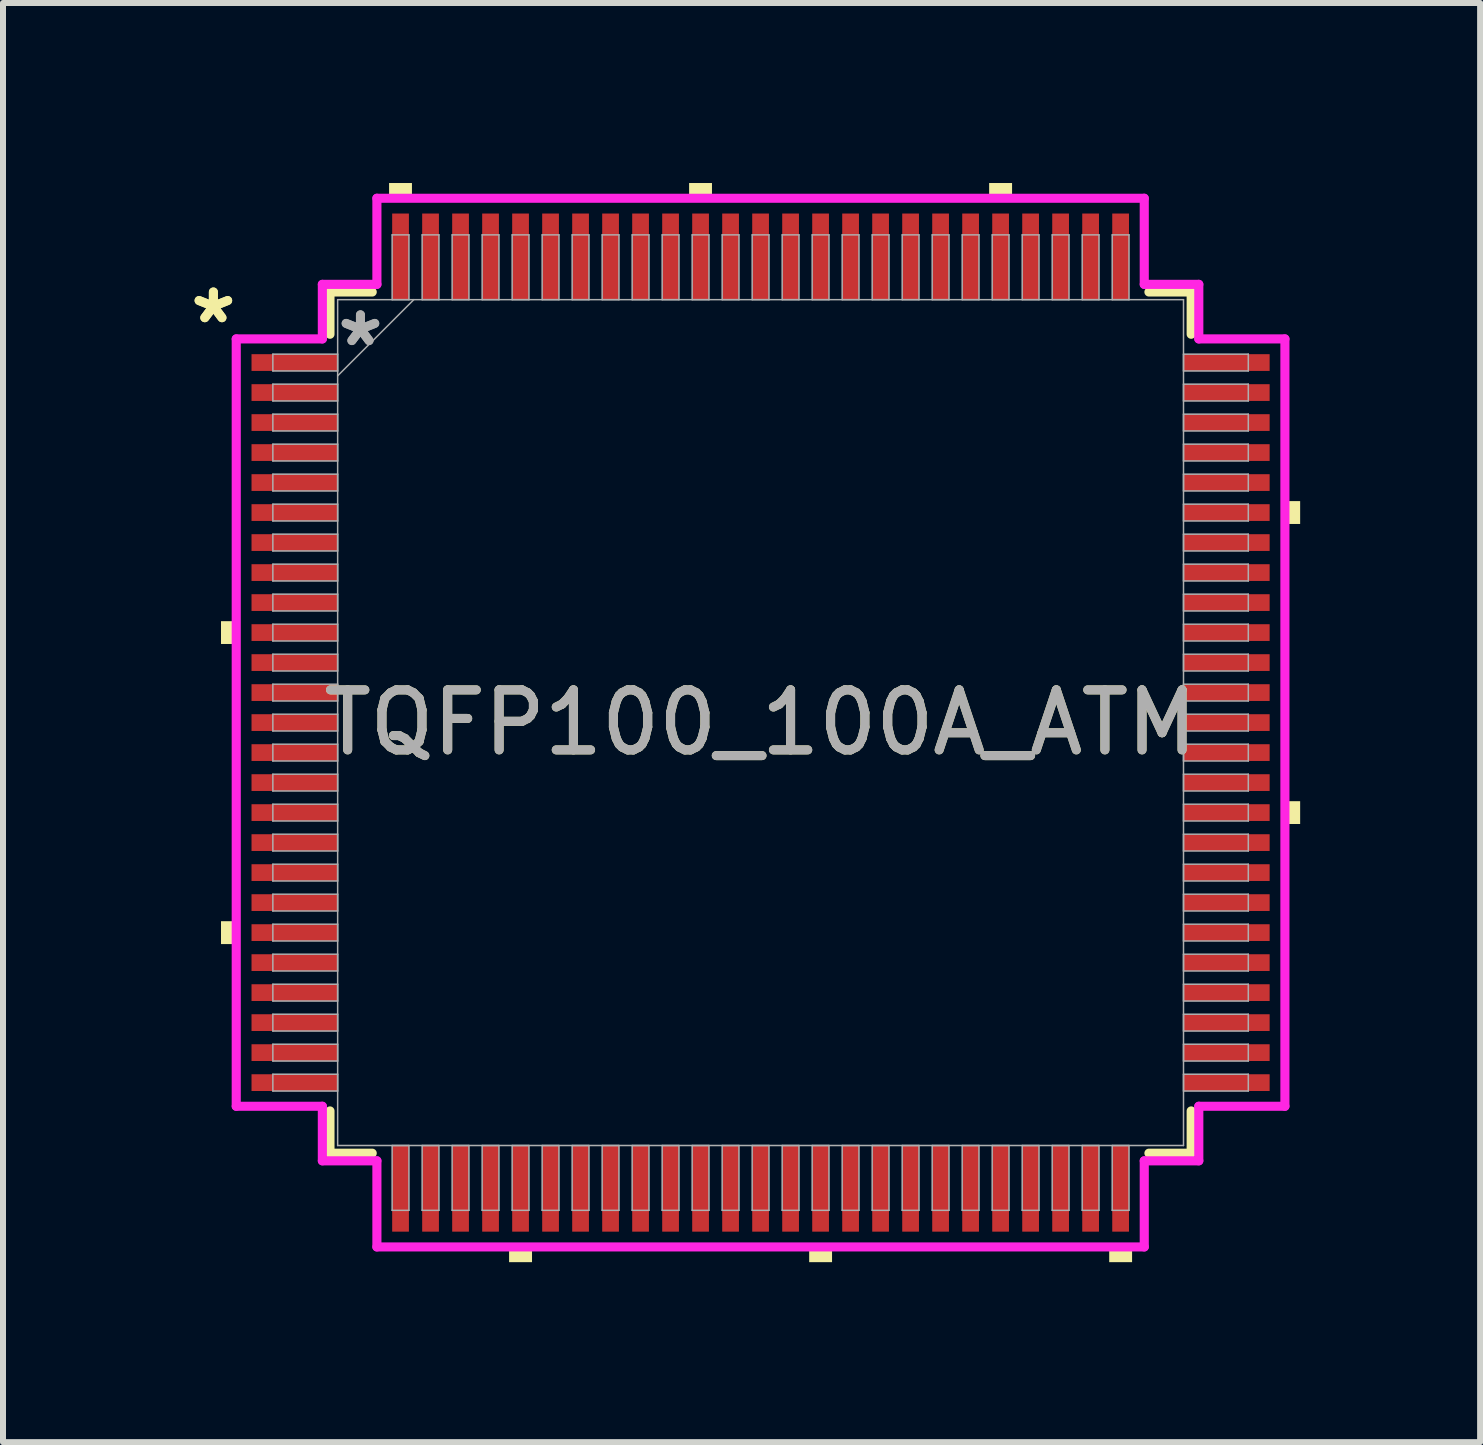
<source format=kicad_pcb>
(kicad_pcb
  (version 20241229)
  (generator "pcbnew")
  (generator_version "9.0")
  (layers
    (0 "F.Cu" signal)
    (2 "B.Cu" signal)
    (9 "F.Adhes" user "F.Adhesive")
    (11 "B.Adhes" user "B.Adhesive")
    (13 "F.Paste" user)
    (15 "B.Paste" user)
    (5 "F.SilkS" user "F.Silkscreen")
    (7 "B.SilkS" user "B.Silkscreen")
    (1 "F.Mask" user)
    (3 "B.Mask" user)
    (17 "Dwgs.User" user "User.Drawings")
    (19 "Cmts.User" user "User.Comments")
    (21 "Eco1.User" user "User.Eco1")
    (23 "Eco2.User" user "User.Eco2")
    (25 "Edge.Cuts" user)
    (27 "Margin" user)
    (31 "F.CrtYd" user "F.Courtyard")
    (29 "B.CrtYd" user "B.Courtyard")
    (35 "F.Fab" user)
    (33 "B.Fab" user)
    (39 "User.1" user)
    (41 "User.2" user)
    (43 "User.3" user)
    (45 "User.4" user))
  (footprint "TQFP100_100A_ATM"
    (layer "F.Cu")
    (at 9.625 8.992)
    (property "Reference" "TQFP100_100A_ATM" (at 0 0 0) (unlocked yes) (layer "F.SilkS") (effects (font (size 1 1) (thickness 0.15))))
    (attr smd)
    (fp_line (start -7.176 -7.176) (end -7.176 -6.472) (stroke (width 0.152) (type solid)) (layer "F.SilkS"))
    (fp_line (start -7.176 6.472) (end -7.176 7.176) (stroke (width 0.152) (type solid)) (layer "F.SilkS"))
    (fp_line (start -7.176 7.176) (end -6.472 7.176) (stroke (width 0.152) (type solid)) (layer "F.SilkS"))
    (fp_line (start -6.472 -7.176) (end -7.176 -7.176) (stroke (width 0.152) (type solid)) (layer "F.SilkS"))
    (fp_line (start 6.472 7.176) (end 7.176 7.176) (stroke (width 0.152) (type solid)) (layer "F.SilkS"))
    (fp_line (start 7.176 -7.176) (end 6.472 -7.176) (stroke (width 0.152) (type solid)) (layer "F.SilkS"))
    (fp_line (start 7.176 -6.472) (end 7.176 -7.176) (stroke (width 0.152) (type solid)) (layer "F.SilkS"))
    (fp_line (start 7.176 7.176) (end 7.176 6.472) (stroke (width 0.152) (type solid)) (layer "F.SilkS"))
    (fp_poly (pts (xy -8.992 -1.69) (xy -8.992 -1.31) (xy -8.738 -1.31) (xy -8.738 -1.69)) (stroke (width 0) (type solid)) (fill yes) (layer "F.SilkS"))
    (fp_poly (pts (xy -8.992 3.31) (xy -8.992 3.691) (xy -8.738 3.691) (xy -8.738 3.31)) (stroke (width 0) (type solid)) (fill yes) (layer "F.SilkS"))
    (fp_poly (pts (xy -6.191 -8.738) (xy -6.191 -8.992) (xy -5.81 -8.992) (xy -5.81 -8.738)) (stroke (width 0) (type solid)) (fill yes) (layer "F.SilkS"))
    (fp_poly (pts (xy -4.191 8.738) (xy -4.191 8.992) (xy -3.809 8.992) (xy -3.809 8.738)) (stroke (width 0) (type solid)) (fill yes) (layer "F.SilkS"))
    (fp_poly (pts (xy -1.191 -8.738) (xy -1.191 -8.992) (xy -0.81 -8.992) (xy -0.81 -8.738)) (stroke (width 0) (type solid)) (fill yes) (layer "F.SilkS"))
    (fp_poly (pts (xy 0.81 8.738) (xy 0.81 8.992) (xy 1.191 8.992) (xy 1.191 8.738)) (stroke (width 0) (type solid)) (fill yes) (layer "F.SilkS"))
    (fp_poly (pts (xy 3.809 -8.738) (xy 3.809 -8.992) (xy 4.191 -8.992) (xy 4.191 -8.738)) (stroke (width 0) (type solid)) (fill yes) (layer "F.SilkS"))
    (fp_poly (pts (xy 5.81 8.738) (xy 5.81 8.992) (xy 6.191 8.992) (xy 6.191 8.738)) (stroke (width 0) (type solid)) (fill yes) (layer "F.SilkS"))
    (fp_poly (pts (xy 8.992 -3.691) (xy 8.992 -3.31) (xy 8.738 -3.31) (xy 8.738 -3.691)) (stroke (width 0) (type solid)) (fill yes) (layer "F.SilkS"))
    (fp_poly (pts (xy 8.992 1.31) (xy 8.992 1.69) (xy 8.738 1.69) (xy 8.738 1.31)) (stroke (width 0) (type solid)) (fill yes) (layer "F.SilkS"))
    (fp_line (start -8.738 -6.394) (end -7.303 -6.394) (stroke (width 0.152) (type solid)) (layer "F.CrtYd"))
    (fp_line (start -8.738 6.394) (end -8.738 -6.394) (stroke (width 0.152) (type solid)) (layer "F.CrtYd"))
    (fp_line (start -7.303 -7.303) (end -6.394 -7.303) (stroke (width 0.152) (type solid)) (layer "F.CrtYd"))
    (fp_line (start -7.303 -6.394) (end -7.303 -7.303) (stroke (width 0.152) (type solid)) (layer "F.CrtYd"))
    (fp_line (start -7.303 6.394) (end -8.738 6.394) (stroke (width 0.152) (type solid)) (layer "F.CrtYd"))
    (fp_line (start -7.303 7.303) (end -7.303 6.394) (stroke (width 0.152) (type solid)) (layer "F.CrtYd"))
    (fp_line (start -7.303 7.303) (end -6.394 7.303) (stroke (width 0.152) (type solid)) (layer "F.CrtYd"))
    (fp_line (start -6.394 -8.738) (end 6.394 -8.738) (stroke (width 0.152) (type solid)) (layer "F.CrtYd"))
    (fp_line (start -6.394 -7.303) (end -6.394 -8.738) (stroke (width 0.152) (type solid)) (layer "F.CrtYd"))
    (fp_line (start -6.394 7.303) (end -6.394 8.738) (stroke (width 0.152) (type solid)) (layer "F.CrtYd"))
    (fp_line (start -6.394 8.738) (end 6.394 8.738) (stroke (width 0.152) (type solid)) (layer "F.CrtYd"))
    (fp_line (start 6.394 -8.738) (end 6.394 -7.303) (stroke (width 0.152) (type solid)) (layer "F.CrtYd"))
    (fp_line (start 6.394 -7.303) (end 7.303 -7.303) (stroke (width 0.152) (type solid)) (layer "F.CrtYd"))
    (fp_line (start 6.394 7.303) (end 7.303 7.303) (stroke (width 0.152) (type solid)) (layer "F.CrtYd"))
    (fp_line (start 6.394 8.738) (end 6.394 7.303) (stroke (width 0.152) (type solid)) (layer "F.CrtYd"))
    (fp_line (start 7.303 -6.394) (end 7.303 -7.303) (stroke (width 0.152) (type solid)) (layer "F.CrtYd"))
    (fp_line (start 7.303 6.394) (end 8.738 6.394) (stroke (width 0.152) (type solid)) (layer "F.CrtYd"))
    (fp_line (start 7.303 7.303) (end 7.303 6.394) (stroke (width 0.152) (type solid)) (layer "F.CrtYd"))
    (fp_line (start 8.738 -6.394) (end 7.303 -6.394) (stroke (width 0.152) (type solid)) (layer "F.CrtYd"))
    (fp_line (start 8.738 6.394) (end 8.738 -6.394) (stroke (width 0.152) (type solid)) (layer "F.CrtYd"))
    (fp_line (start -8.128 -6.14) (end -8.128 -5.86) (stroke (width 0.025) (type solid)) (layer "F.Fab"))
    (fp_line (start -8.128 -5.86) (end -7.048 -5.86) (stroke (width 0.025) (type solid)) (layer "F.Fab"))
    (fp_line (start -8.128 -5.64) (end -8.128 -5.36) (stroke (width 0.025) (type solid)) (layer "F.Fab"))
    (fp_line (start -8.128 -5.36) (end -7.048 -5.36) (stroke (width 0.025) (type solid)) (layer "F.Fab"))
    (fp_line (start -8.128 -5.14) (end -8.128 -4.86) (stroke (width 0.025) (type solid)) (layer "F.Fab"))
    (fp_line (start -8.128 -4.86) (end -7.048 -4.86) (stroke (width 0.025) (type solid)) (layer "F.Fab"))
    (fp_line (start -8.128 -4.64) (end -8.128 -4.36) (stroke (width 0.025) (type solid)) (layer "F.Fab"))
    (fp_line (start -8.128 -4.36) (end -7.048 -4.36) (stroke (width 0.025) (type solid)) (layer "F.Fab"))
    (fp_line (start -8.128 -4.14) (end -8.128 -3.86) (stroke (width 0.025) (type solid)) (layer "F.Fab"))
    (fp_line (start -8.128 -3.86) (end -7.048 -3.86) (stroke (width 0.025) (type solid)) (layer "F.Fab"))
    (fp_line (start -8.128 -3.64) (end -8.128 -3.36) (stroke (width 0.025) (type solid)) (layer "F.Fab"))
    (fp_line (start -8.128 -3.36) (end -7.048 -3.36) (stroke (width 0.025) (type solid)) (layer "F.Fab"))
    (fp_line (start -8.128 -3.14) (end -8.128 -2.86) (stroke (width 0.025) (type solid)) (layer "F.Fab"))
    (fp_line (start -8.128 -2.86) (end -7.048 -2.86) (stroke (width 0.025) (type solid)) (layer "F.Fab"))
    (fp_line (start -8.128 -2.64) (end -8.128 -2.36) (stroke (width 0.025) (type solid)) (layer "F.Fab"))
    (fp_line (start -8.128 -2.36) (end -7.048 -2.36) (stroke (width 0.025) (type solid)) (layer "F.Fab"))
    (fp_line (start -8.128 -2.14) (end -8.128 -1.86) (stroke (width 0.025) (type solid)) (layer "F.Fab"))
    (fp_line (start -8.128 -1.86) (end -7.048 -1.86) (stroke (width 0.025) (type solid)) (layer "F.Fab"))
    (fp_line (start -8.128 -1.64) (end -8.128 -1.36) (stroke (width 0.025) (type solid)) (layer "F.Fab"))
    (fp_line (start -8.128 -1.36) (end -7.048 -1.36) (stroke (width 0.025) (type solid)) (layer "F.Fab"))
    (fp_line (start -8.128 -1.14) (end -8.128 -0.86) (stroke (width 0.025) (type solid)) (layer "F.Fab"))
    (fp_line (start -8.128 -0.86) (end -7.048 -0.86) (stroke (width 0.025) (type solid)) (layer "F.Fab"))
    (fp_line (start -8.128 -0.64) (end -8.128 -0.36) (stroke (width 0.025) (type solid)) (layer "F.Fab"))
    (fp_line (start -8.128 -0.36) (end -7.048 -0.36) (stroke (width 0.025) (type solid)) (layer "F.Fab"))
    (fp_line (start -8.128 -0.14) (end -8.128 0.14) (stroke (width 0.025) (type solid)) (layer "F.Fab"))
    (fp_line (start -8.128 0.14) (end -7.048 0.14) (stroke (width 0.025) (type solid)) (layer "F.Fab"))
    (fp_line (start -8.128 0.36) (end -8.128 0.64) (stroke (width 0.025) (type solid)) (layer "F.Fab"))
    (fp_line (start -8.128 0.64) (end -7.048 0.64) (stroke (width 0.025) (type solid)) (layer "F.Fab"))
    (fp_line (start -8.128 0.86) (end -8.128 1.14) (stroke (width 0.025) (type solid)) (layer "F.Fab"))
    (fp_line (start -8.128 1.14) (end -7.048 1.14) (stroke (width 0.025) (type solid)) (layer "F.Fab"))
    (fp_line (start -8.128 1.36) (end -8.128 1.64) (stroke (width 0.025) (type solid)) (layer "F.Fab"))
    (fp_line (start -8.128 1.64) (end -7.048 1.64) (stroke (width 0.025) (type solid)) (layer "F.Fab"))
    (fp_line (start -8.128 1.86) (end -8.128 2.14) (stroke (width 0.025) (type solid)) (layer "F.Fab"))
    (fp_line (start -8.128 2.14) (end -7.048 2.14) (stroke (width 0.025) (type solid)) (layer "F.Fab"))
    (fp_line (start -8.128 2.36) (end -8.128 2.64) (stroke (width 0.025) (type solid)) (layer "F.Fab"))
    (fp_line (start -8.128 2.64) (end -7.048 2.64) (stroke (width 0.025) (type solid)) (layer "F.Fab"))
    (fp_line (start -8.128 2.86) (end -8.128 3.14) (stroke (width 0.025) (type solid)) (layer "F.Fab"))
    (fp_line (start -8.128 3.14) (end -7.048 3.14) (stroke (width 0.025) (type solid)) (layer "F.Fab"))
    (fp_line (start -8.128 3.36) (end -8.128 3.64) (stroke (width 0.025) (type solid)) (layer "F.Fab"))
    (fp_line (start -8.128 3.64) (end -7.048 3.64) (stroke (width 0.025) (type solid)) (layer "F.Fab"))
    (fp_line (start -8.128 3.86) (end -8.128 4.14) (stroke (width 0.025) (type solid)) (layer "F.Fab"))
    (fp_line (start -8.128 4.14) (end -7.048 4.14) (stroke (width 0.025) (type solid)) (layer "F.Fab"))
    (fp_line (start -8.128 4.36) (end -8.128 4.64) (stroke (width 0.025) (type solid)) (layer "F.Fab"))
    (fp_line (start -8.128 4.64) (end -7.048 4.64) (stroke (width 0.025) (type solid)) (layer "F.Fab"))
    (fp_line (start -8.128 4.86) (end -8.128 5.14) (stroke (width 0.025) (type solid)) (layer "F.Fab"))
    (fp_line (start -8.128 5.14) (end -7.048 5.14) (stroke (width 0.025) (type solid)) (layer "F.Fab"))
    (fp_line (start -8.128 5.36) (end -8.128 5.64) (stroke (width 0.025) (type solid)) (layer "F.Fab"))
    (fp_line (start -8.128 5.64) (end -7.048 5.64) (stroke (width 0.025) (type solid)) (layer "F.Fab"))
    (fp_line (start -8.128 5.86) (end -8.128 6.14) (stroke (width 0.025) (type solid)) (layer "F.Fab"))
    (fp_line (start -8.128 6.14) (end -7.048 6.14) (stroke (width 0.025) (type solid)) (layer "F.Fab"))
    (fp_line (start -7.048 -7.048) (end -7.048 7.048) (stroke (width 0.025) (type solid)) (layer "F.Fab"))
    (fp_line (start -7.048 -6.14) (end -8.128 -6.14) (stroke (width 0.025) (type solid)) (layer "F.Fab"))
    (fp_line (start -7.048 -5.86) (end -7.048 -6.14) (stroke (width 0.025) (type solid)) (layer "F.Fab"))
    (fp_line (start -7.048 -5.779) (end -5.779 -7.048) (stroke (width 0.025) (type solid)) (layer "F.Fab"))
    (fp_line (start -7.048 -5.64) (end -8.128 -5.64) (stroke (width 0.025) (type solid)) (layer "F.Fab"))
    (fp_line (start -7.048 -5.36) (end -7.048 -5.64) (stroke (width 0.025) (type solid)) (layer "F.Fab"))
    (fp_line (start -7.048 -5.14) (end -8.128 -5.14) (stroke (width 0.025) (type solid)) (layer "F.Fab"))
    (fp_line (start -7.048 -4.86) (end -7.048 -5.14) (stroke (width 0.025) (type solid)) (layer "F.Fab"))
    (fp_line (start -7.048 -4.64) (end -8.128 -4.64) (stroke (width 0.025) (type solid)) (layer "F.Fab"))
    (fp_line (start -7.048 -4.36) (end -7.048 -4.64) (stroke (width 0.025) (type solid)) (layer "F.Fab"))
    (fp_line (start -7.048 -4.14) (end -8.128 -4.14) (stroke (width 0.025) (type solid)) (layer "F.Fab"))
    (fp_line (start -7.048 -3.86) (end -7.048 -4.14) (stroke (width 0.025) (type solid)) (layer "F.Fab"))
    (fp_line (start -7.048 -3.64) (end -8.128 -3.64) (stroke (width 0.025) (type solid)) (layer "F.Fab"))
    (fp_line (start -7.048 -3.36) (end -7.048 -3.64) (stroke (width 0.025) (type solid)) (layer "F.Fab"))
    (fp_line (start -7.048 -3.14) (end -8.128 -3.14) (stroke (width 0.025) (type solid)) (layer "F.Fab"))
    (fp_line (start -7.048 -2.86) (end -7.048 -3.14) (stroke (width 0.025) (type solid)) (layer "F.Fab"))
    (fp_line (start -7.048 -2.64) (end -8.128 -2.64) (stroke (width 0.025) (type solid)) (layer "F.Fab"))
    (fp_line (start -7.048 -2.36) (end -7.048 -2.64) (stroke (width 0.025) (type solid)) (layer "F.Fab"))
    (fp_line (start -7.048 -2.14) (end -8.128 -2.14) (stroke (width 0.025) (type solid)) (layer "F.Fab"))
    (fp_line (start -7.048 -1.86) (end -7.048 -2.14) (stroke (width 0.025) (type solid)) (layer "F.Fab"))
    (fp_line (start -7.048 -1.64) (end -8.128 -1.64) (stroke (width 0.025) (type solid)) (layer "F.Fab"))
    (fp_line (start -7.048 -1.36) (end -7.048 -1.64) (stroke (width 0.025) (type solid)) (layer "F.Fab"))
    (fp_line (start -7.048 -1.14) (end -8.128 -1.14) (stroke (width 0.025) (type solid)) (layer "F.Fab"))
    (fp_line (start -7.048 -0.86) (end -7.048 -1.14) (stroke (width 0.025) (type solid)) (layer "F.Fab"))
    (fp_line (start -7.048 -0.64) (end -8.128 -0.64) (stroke (width 0.025) (type solid)) (layer "F.Fab"))
    (fp_line (start -7.048 -0.36) (end -7.048 -0.64) (stroke (width 0.025) (type solid)) (layer "F.Fab"))
    (fp_line (start -7.048 -0.14) (end -8.128 -0.14) (stroke (width 0.025) (type solid)) (layer "F.Fab"))
    (fp_line (start -7.048 0.14) (end -7.048 -0.14) (stroke (width 0.025) (type solid)) (layer "F.Fab"))
    (fp_line (start -7.048 0.36) (end -8.128 0.36) (stroke (width 0.025) (type solid)) (layer "F.Fab"))
    (fp_line (start -7.048 0.64) (end -7.048 0.36) (stroke (width 0.025) (type solid)) (layer "F.Fab"))
    (fp_line (start -7.048 0.86) (end -8.128 0.86) (stroke (width 0.025) (type solid)) (layer "F.Fab"))
    (fp_line (start -7.048 1.14) (end -7.048 0.86) (stroke (width 0.025) (type solid)) (layer "F.Fab"))
    (fp_line (start -7.048 1.36) (end -8.128 1.36) (stroke (width 0.025) (type solid)) (layer "F.Fab"))
    (fp_line (start -7.048 1.64) (end -7.048 1.36) (stroke (width 0.025) (type solid)) (layer "F.Fab"))
    (fp_line (start -7.048 1.86) (end -8.128 1.86) (stroke (width 0.025) (type solid)) (layer "F.Fab"))
    (fp_line (start -7.048 2.14) (end -7.048 1.86) (stroke (width 0.025) (type solid)) (layer "F.Fab"))
    (fp_line (start -7.048 2.36) (end -8.128 2.36) (stroke (width 0.025) (type solid)) (layer "F.Fab"))
    (fp_line (start -7.048 2.64) (end -7.048 2.36) (stroke (width 0.025) (type solid)) (layer "F.Fab"))
    (fp_line (start -7.048 2.86) (end -8.128 2.86) (stroke (width 0.025) (type solid)) (layer "F.Fab"))
    (fp_line (start -7.048 3.14) (end -7.048 2.86) (stroke (width 0.025) (type solid)) (layer "F.Fab"))
    (fp_line (start -7.048 3.36) (end -8.128 3.36) (stroke (width 0.025) (type solid)) (layer "F.Fab"))
    (fp_line (start -7.048 3.64) (end -7.048 3.36) (stroke (width 0.025) (type solid)) (layer "F.Fab"))
    (fp_line (start -7.048 3.86) (end -8.128 3.86) (stroke (width 0.025) (type solid)) (layer "F.Fab"))
    (fp_line (start -7.048 4.14) (end -7.048 3.86) (stroke (width 0.025) (type solid)) (layer "F.Fab"))
    (fp_line (start -7.048 4.36) (end -8.128 4.36) (stroke (width 0.025) (type solid)) (layer "F.Fab"))
    (fp_line (start -7.048 4.64) (end -7.048 4.36) (stroke (width 0.025) (type solid)) (layer "F.Fab"))
    (fp_line (start -7.048 4.86) (end -8.128 4.86) (stroke (width 0.025) (type solid)) (layer "F.Fab"))
    (fp_line (start -7.048 5.14) (end -7.048 4.86) (stroke (width 0.025) (type solid)) (layer "F.Fab"))
    (fp_line (start -7.048 5.36) (end -8.128 5.36) (stroke (width 0.025) (type solid)) (layer "F.Fab"))
    (fp_line (start -7.048 5.64) (end -7.048 5.36) (stroke (width 0.025) (type solid)) (layer "F.Fab"))
    (fp_line (start -7.048 5.86) (end -8.128 5.86) (stroke (width 0.025) (type solid)) (layer "F.Fab"))
    (fp_line (start -7.048 6.14) (end -7.048 5.86) (stroke (width 0.025) (type solid)) (layer "F.Fab"))
    (fp_line (start -7.048 7.048) (end 7.048 7.048) (stroke (width 0.025) (type solid)) (layer "F.Fab"))
    (fp_line (start -6.14 -8.128) (end -6.14 -7.048) (stroke (width 0.025) (type solid)) (layer "F.Fab"))
    (fp_line (start -6.14 -7.048) (end -5.86 -7.048) (stroke (width 0.025) (type solid)) (layer "F.Fab"))
    (fp_line (start -6.14 7.048) (end -6.14 8.128) (stroke (width 0.025) (type solid)) (layer "F.Fab"))
    (fp_line (start -6.14 8.128) (end -5.86 8.128) (stroke (width 0.025) (type solid)) (layer "F.Fab"))
    (fp_line (start -5.86 -8.128) (end -6.14 -8.128) (stroke (width 0.025) (type solid)) (layer "F.Fab"))
    (fp_line (start -5.86 -7.048) (end -5.86 -8.128) (stroke (width 0.025) (type solid)) (layer "F.Fab"))
    (fp_line (start -5.86 7.048) (end -6.14 7.048) (stroke (width 0.025) (type solid)) (layer "F.Fab"))
    (fp_line (start -5.86 8.128) (end -5.86 7.048) (stroke (width 0.025) (type solid)) (layer "F.Fab"))
    (fp_line (start -5.64 -8.128) (end -5.64 -7.048) (stroke (width 0.025) (type solid)) (layer "F.Fab"))
    (fp_line (start -5.64 -7.048) (end -5.36 -7.048) (stroke (width 0.025) (type solid)) (layer "F.Fab"))
    (fp_line (start -5.64 7.048) (end -5.64 8.128) (stroke (width 0.025) (type solid)) (layer "F.Fab"))
    (fp_line (start -5.64 8.128) (end -5.36 8.128) (stroke (width 0.025) (type solid)) (layer "F.Fab"))
    (fp_line (start -5.36 -8.128) (end -5.64 -8.128) (stroke (width 0.025) (type solid)) (layer "F.Fab"))
    (fp_line (start -5.36 -7.048) (end -5.36 -8.128) (stroke (width 0.025) (type solid)) (layer "F.Fab"))
    (fp_line (start -5.36 7.048) (end -5.64 7.048) (stroke (width 0.025) (type solid)) (layer "F.Fab"))
    (fp_line (start -5.36 8.128) (end -5.36 7.048) (stroke (width 0.025) (type solid)) (layer "F.Fab"))
    (fp_line (start -5.14 -8.128) (end -5.14 -7.048) (stroke (width 0.025) (type solid)) (layer "F.Fab"))
    (fp_line (start -5.14 -7.048) (end -4.86 -7.048) (stroke (width 0.025) (type solid)) (layer "F.Fab"))
    (fp_line (start -5.14 7.048) (end -5.14 8.128) (stroke (width 0.025) (type solid)) (layer "F.Fab"))
    (fp_line (start -5.14 8.128) (end -4.86 8.128) (stroke (width 0.025) (type solid)) (layer "F.Fab"))
    (fp_line (start -4.86 -8.128) (end -5.14 -8.128) (stroke (width 0.025) (type solid)) (layer "F.Fab"))
    (fp_line (start -4.86 -7.048) (end -4.86 -8.128) (stroke (width 0.025) (type solid)) (layer "F.Fab"))
    (fp_line (start -4.86 7.048) (end -5.14 7.048) (stroke (width 0.025) (type solid)) (layer "F.Fab"))
    (fp_line (start -4.86 8.128) (end -4.86 7.048) (stroke (width 0.025) (type solid)) (layer "F.Fab"))
    (fp_line (start -4.64 -8.128) (end -4.64 -7.048) (stroke (width 0.025) (type solid)) (layer "F.Fab"))
    (fp_line (start -4.64 -7.048) (end -4.36 -7.048) (stroke (width 0.025) (type solid)) (layer "F.Fab"))
    (fp_line (start -4.64 7.048) (end -4.64 8.128) (stroke (width 0.025) (type solid)) (layer "F.Fab"))
    (fp_line (start -4.64 8.128) (end -4.36 8.128) (stroke (width 0.025) (type solid)) (layer "F.Fab"))
    (fp_line (start -4.36 -8.128) (end -4.64 -8.128) (stroke (width 0.025) (type solid)) (layer "F.Fab"))
    (fp_line (start -4.36 -7.048) (end -4.36 -8.128) (stroke (width 0.025) (type solid)) (layer "F.Fab"))
    (fp_line (start -4.36 7.048) (end -4.64 7.048) (stroke (width 0.025) (type solid)) (layer "F.Fab"))
    (fp_line (start -4.36 8.128) (end -4.36 7.048) (stroke (width 0.025) (type solid)) (layer "F.Fab"))
    (fp_line (start -4.14 -8.128) (end -4.14 -7.048) (stroke (width 0.025) (type solid)) (layer "F.Fab"))
    (fp_line (start -4.14 -7.048) (end -3.86 -7.048) (stroke (width 0.025) (type solid)) (layer "F.Fab"))
    (fp_line (start -4.14 7.048) (end -4.14 8.128) (stroke (width 0.025) (type solid)) (layer "F.Fab"))
    (fp_line (start -4.14 8.128) (end -3.86 8.128) (stroke (width 0.025) (type solid)) (layer "F.Fab"))
    (fp_line (start -3.86 -8.128) (end -4.14 -8.128) (stroke (width 0.025) (type solid)) (layer "F.Fab"))
    (fp_line (start -3.86 -7.048) (end -3.86 -8.128) (stroke (width 0.025) (type solid)) (layer "F.Fab"))
    (fp_line (start -3.86 7.048) (end -4.14 7.048) (stroke (width 0.025) (type solid)) (layer "F.Fab"))
    (fp_line (start -3.86 8.128) (end -3.86 7.048) (stroke (width 0.025) (type solid)) (layer "F.Fab"))
    (fp_line (start -3.64 -8.128) (end -3.64 -7.048) (stroke (width 0.025) (type solid)) (layer "F.Fab"))
    (fp_line (start -3.64 -7.048) (end -3.36 -7.048) (stroke (width 0.025) (type solid)) (layer "F.Fab"))
    (fp_line (start -3.64 7.048) (end -3.64 8.128) (stroke (width 0.025) (type solid)) (layer "F.Fab"))
    (fp_line (start -3.64 8.128) (end -3.36 8.128) (stroke (width 0.025) (type solid)) (layer "F.Fab"))
    (fp_line (start -3.36 -8.128) (end -3.64 -8.128) (stroke (width 0.025) (type solid)) (layer "F.Fab"))
    (fp_line (start -3.36 -7.048) (end -3.36 -8.128) (stroke (width 0.025) (type solid)) (layer "F.Fab"))
    (fp_line (start -3.36 7.048) (end -3.64 7.048) (stroke (width 0.025) (type solid)) (layer "F.Fab"))
    (fp_line (start -3.36 8.128) (end -3.36 7.048) (stroke (width 0.025) (type solid)) (layer "F.Fab"))
    (fp_line (start -3.14 -8.128) (end -3.14 -7.048) (stroke (width 0.025) (type solid)) (layer "F.Fab"))
    (fp_line (start -3.14 -7.048) (end -2.86 -7.048) (stroke (width 0.025) (type solid)) (layer "F.Fab"))
    (fp_line (start -3.14 7.048) (end -3.14 8.128) (stroke (width 0.025) (type solid)) (layer "F.Fab"))
    (fp_line (start -3.14 8.128) (end -2.86 8.128) (stroke (width 0.025) (type solid)) (layer "F.Fab"))
    (fp_line (start -2.86 -8.128) (end -3.14 -8.128) (stroke (width 0.025) (type solid)) (layer "F.Fab"))
    (fp_line (start -2.86 -7.048) (end -2.86 -8.128) (stroke (width 0.025) (type solid)) (layer "F.Fab"))
    (fp_line (start -2.86 7.048) (end -3.14 7.048) (stroke (width 0.025) (type solid)) (layer "F.Fab"))
    (fp_line (start -2.86 8.128) (end -2.86 7.048) (stroke (width 0.025) (type solid)) (layer "F.Fab"))
    (fp_line (start -2.64 -8.128) (end -2.64 -7.048) (stroke (width 0.025) (type solid)) (layer "F.Fab"))
    (fp_line (start -2.64 -7.048) (end -2.36 -7.048) (stroke (width 0.025) (type solid)) (layer "F.Fab"))
    (fp_line (start -2.64 7.048) (end -2.64 8.128) (stroke (width 0.025) (type solid)) (layer "F.Fab"))
    (fp_line (start -2.64 8.128) (end -2.36 8.128) (stroke (width 0.025) (type solid)) (layer "F.Fab"))
    (fp_line (start -2.36 -8.128) (end -2.64 -8.128) (stroke (width 0.025) (type solid)) (layer "F.Fab"))
    (fp_line (start -2.36 -7.048) (end -2.36 -8.128) (stroke (width 0.025) (type solid)) (layer "F.Fab"))
    (fp_line (start -2.36 7.048) (end -2.64 7.048) (stroke (width 0.025) (type solid)) (layer "F.Fab"))
    (fp_line (start -2.36 8.128) (end -2.36 7.048) (stroke (width 0.025) (type solid)) (layer "F.Fab"))
    (fp_line (start -2.14 -8.128) (end -2.14 -7.048) (stroke (width 0.025) (type solid)) (layer "F.Fab"))
    (fp_line (start -2.14 -7.048) (end -1.86 -7.048) (stroke (width 0.025) (type solid)) (layer "F.Fab"))
    (fp_line (start -2.14 7.048) (end -2.14 8.128) (stroke (width 0.025) (type solid)) (layer "F.Fab"))
    (fp_line (start -2.14 8.128) (end -1.86 8.128) (stroke (width 0.025) (type solid)) (layer "F.Fab"))
    (fp_line (start -1.86 -8.128) (end -2.14 -8.128) (stroke (width 0.025) (type solid)) (layer "F.Fab"))
    (fp_line (start -1.86 -7.048) (end -1.86 -8.128) (stroke (width 0.025) (type solid)) (layer "F.Fab"))
    (fp_line (start -1.86 7.048) (end -2.14 7.048) (stroke (width 0.025) (type solid)) (layer "F.Fab"))
    (fp_line (start -1.86 8.128) (end -1.86 7.048) (stroke (width 0.025) (type solid)) (layer "F.Fab"))
    (fp_line (start -1.64 -8.128) (end -1.64 -7.048) (stroke (width 0.025) (type solid)) (layer "F.Fab"))
    (fp_line (start -1.64 -7.048) (end -1.36 -7.048) (stroke (width 0.025) (type solid)) (layer "F.Fab"))
    (fp_line (start -1.64 7.048) (end -1.64 8.128) (stroke (width 0.025) (type solid)) (layer "F.Fab"))
    (fp_line (start -1.64 8.128) (end -1.36 8.128) (stroke (width 0.025) (type solid)) (layer "F.Fab"))
    (fp_line (start -1.36 -8.128) (end -1.64 -8.128) (stroke (width 0.025) (type solid)) (layer "F.Fab"))
    (fp_line (start -1.36 -7.048) (end -1.36 -8.128) (stroke (width 0.025) (type solid)) (layer "F.Fab"))
    (fp_line (start -1.36 7.048) (end -1.64 7.048) (stroke (width 0.025) (type solid)) (layer "F.Fab"))
    (fp_line (start -1.36 8.128) (end -1.36 7.048) (stroke (width 0.025) (type solid)) (layer "F.Fab"))
    (fp_line (start -1.14 -8.128) (end -1.14 -7.048) (stroke (width 0.025) (type solid)) (layer "F.Fab"))
    (fp_line (start -1.14 -7.048) (end -0.86 -7.048) (stroke (width 0.025) (type solid)) (layer "F.Fab"))
    (fp_line (start -1.14 7.048) (end -1.14 8.128) (stroke (width 0.025) (type solid)) (layer "F.Fab"))
    (fp_line (start -1.14 8.128) (end -0.86 8.128) (stroke (width 0.025) (type solid)) (layer "F.Fab"))
    (fp_line (start -0.86 -8.128) (end -1.14 -8.128) (stroke (width 0.025) (type solid)) (layer "F.Fab"))
    (fp_line (start -0.86 -7.048) (end -0.86 -8.128) (stroke (width 0.025) (type solid)) (layer "F.Fab"))
    (fp_line (start -0.86 7.048) (end -1.14 7.048) (stroke (width 0.025) (type solid)) (layer "F.Fab"))
    (fp_line (start -0.86 8.128) (end -0.86 7.048) (stroke (width 0.025) (type solid)) (layer "F.Fab"))
    (fp_line (start -0.64 -8.128) (end -0.64 -7.048) (stroke (width 0.025) (type solid)) (layer "F.Fab"))
    (fp_line (start -0.64 -7.048) (end -0.36 -7.048) (stroke (width 0.025) (type solid)) (layer "F.Fab"))
    (fp_line (start -0.64 7.048) (end -0.64 8.128) (stroke (width 0.025) (type solid)) (layer "F.Fab"))
    (fp_line (start -0.64 8.128) (end -0.36 8.128) (stroke (width 0.025) (type solid)) (layer "F.Fab"))
    (fp_line (start -0.36 -8.128) (end -0.64 -8.128) (stroke (width 0.025) (type solid)) (layer "F.Fab"))
    (fp_line (start -0.36 -7.048) (end -0.36 -8.128) (stroke (width 0.025) (type solid)) (layer "F.Fab"))
    (fp_line (start -0.36 7.048) (end -0.64 7.048) (stroke (width 0.025) (type solid)) (layer "F.Fab"))
    (fp_line (start -0.36 8.128) (end -0.36 7.048) (stroke (width 0.025) (type solid)) (layer "F.Fab"))
    (fp_line (start -0.14 -8.128) (end -0.14 -7.048) (stroke (width 0.025) (type solid)) (layer "F.Fab"))
    (fp_line (start -0.14 -7.048) (end 0.14 -7.048) (stroke (width 0.025) (type solid)) (layer "F.Fab"))
    (fp_line (start -0.14 7.048) (end -0.14 8.128) (stroke (width 0.025) (type solid)) (layer "F.Fab"))
    (fp_line (start -0.14 8.128) (end 0.14 8.128) (stroke (width 0.025) (type solid)) (layer "F.Fab"))
    (fp_line (start 0.14 -8.128) (end -0.14 -8.128) (stroke (width 0.025) (type solid)) (layer "F.Fab"))
    (fp_line (start 0.14 -7.048) (end 0.14 -8.128) (stroke (width 0.025) (type solid)) (layer "F.Fab"))
    (fp_line (start 0.14 7.048) (end -0.14 7.048) (stroke (width 0.025) (type solid)) (layer "F.Fab"))
    (fp_line (start 0.14 8.128) (end 0.14 7.048) (stroke (width 0.025) (type solid)) (layer "F.Fab"))
    (fp_line (start 0.36 -8.128) (end 0.36 -7.048) (stroke (width 0.025) (type solid)) (layer "F.Fab"))
    (fp_line (start 0.36 -7.048) (end 0.64 -7.048) (stroke (width 0.025) (type solid)) (layer "F.Fab"))
    (fp_line (start 0.36 7.048) (end 0.36 8.128) (stroke (width 0.025) (type solid)) (layer "F.Fab"))
    (fp_line (start 0.36 8.128) (end 0.64 8.128) (stroke (width 0.025) (type solid)) (layer "F.Fab"))
    (fp_line (start 0.64 -8.128) (end 0.36 -8.128) (stroke (width 0.025) (type solid)) (layer "F.Fab"))
    (fp_line (start 0.64 -7.048) (end 0.64 -8.128) (stroke (width 0.025) (type solid)) (layer "F.Fab"))
    (fp_line (start 0.64 7.048) (end 0.36 7.048) (stroke (width 0.025) (type solid)) (layer "F.Fab"))
    (fp_line (start 0.64 8.128) (end 0.64 7.048) (stroke (width 0.025) (type solid)) (layer "F.Fab"))
    (fp_line (start 0.86 -8.128) (end 0.86 -7.048) (stroke (width 0.025) (type solid)) (layer "F.Fab"))
    (fp_line (start 0.86 -7.048) (end 1.14 -7.048) (stroke (width 0.025) (type solid)) (layer "F.Fab"))
    (fp_line (start 0.86 7.048) (end 0.86 8.128) (stroke (width 0.025) (type solid)) (layer "F.Fab"))
    (fp_line (start 0.86 8.128) (end 1.14 8.128) (stroke (width 0.025) (type solid)) (layer "F.Fab"))
    (fp_line (start 1.14 -8.128) (end 0.86 -8.128) (stroke (width 0.025) (type solid)) (layer "F.Fab"))
    (fp_line (start 1.14 -7.048) (end 1.14 -8.128) (stroke (width 0.025) (type solid)) (layer "F.Fab"))
    (fp_line (start 1.14 7.048) (end 0.86 7.048) (stroke (width 0.025) (type solid)) (layer "F.Fab"))
    (fp_line (start 1.14 8.128) (end 1.14 7.048) (stroke (width 0.025) (type solid)) (layer "F.Fab"))
    (fp_line (start 1.36 -8.128) (end 1.36 -7.048) (stroke (width 0.025) (type solid)) (layer "F.Fab"))
    (fp_line (start 1.36 -7.048) (end 1.64 -7.048) (stroke (width 0.025) (type solid)) (layer "F.Fab"))
    (fp_line (start 1.36 7.048) (end 1.36 8.128) (stroke (width 0.025) (type solid)) (layer "F.Fab"))
    (fp_line (start 1.36 8.128) (end 1.64 8.128) (stroke (width 0.025) (type solid)) (layer "F.Fab"))
    (fp_line (start 1.64 -8.128) (end 1.36 -8.128) (stroke (width 0.025) (type solid)) (layer "F.Fab"))
    (fp_line (start 1.64 -7.048) (end 1.64 -8.128) (stroke (width 0.025) (type solid)) (layer "F.Fab"))
    (fp_line (start 1.64 7.048) (end 1.36 7.048) (stroke (width 0.025) (type solid)) (layer "F.Fab"))
    (fp_line (start 1.64 8.128) (end 1.64 7.048) (stroke (width 0.025) (type solid)) (layer "F.Fab"))
    (fp_line (start 1.86 -8.128) (end 1.86 -7.048) (stroke (width 0.025) (type solid)) (layer "F.Fab"))
    (fp_line (start 1.86 -7.048) (end 2.14 -7.048) (stroke (width 0.025) (type solid)) (layer "F.Fab"))
    (fp_line (start 1.86 7.048) (end 1.86 8.128) (stroke (width 0.025) (type solid)) (layer "F.Fab"))
    (fp_line (start 1.86 8.128) (end 2.14 8.128) (stroke (width 0.025) (type solid)) (layer "F.Fab"))
    (fp_line (start 2.14 -8.128) (end 1.86 -8.128) (stroke (width 0.025) (type solid)) (layer "F.Fab"))
    (fp_line (start 2.14 -7.048) (end 2.14 -8.128) (stroke (width 0.025) (type solid)) (layer "F.Fab"))
    (fp_line (start 2.14 7.048) (end 1.86 7.048) (stroke (width 0.025) (type solid)) (layer "F.Fab"))
    (fp_line (start 2.14 8.128) (end 2.14 7.048) (stroke (width 0.025) (type solid)) (layer "F.Fab"))
    (fp_line (start 2.36 -8.128) (end 2.36 -7.048) (stroke (width 0.025) (type solid)) (layer "F.Fab"))
    (fp_line (start 2.36 -7.048) (end 2.64 -7.048) (stroke (width 0.025) (type solid)) (layer "F.Fab"))
    (fp_line (start 2.36 7.048) (end 2.36 8.128) (stroke (width 0.025) (type solid)) (layer "F.Fab"))
    (fp_line (start 2.36 8.128) (end 2.64 8.128) (stroke (width 0.025) (type solid)) (layer "F.Fab"))
    (fp_line (start 2.64 -8.128) (end 2.36 -8.128) (stroke (width 0.025) (type solid)) (layer "F.Fab"))
    (fp_line (start 2.64 -7.048) (end 2.64 -8.128) (stroke (width 0.025) (type solid)) (layer "F.Fab"))
    (fp_line (start 2.64 7.048) (end 2.36 7.048) (stroke (width 0.025) (type solid)) (layer "F.Fab"))
    (fp_line (start 2.64 8.128) (end 2.64 7.048) (stroke (width 0.025) (type solid)) (layer "F.Fab"))
    (fp_line (start 2.86 -8.128) (end 2.86 -7.048) (stroke (width 0.025) (type solid)) (layer "F.Fab"))
    (fp_line (start 2.86 -7.048) (end 3.14 -7.048) (stroke (width 0.025) (type solid)) (layer "F.Fab"))
    (fp_line (start 2.86 7.048) (end 2.86 8.128) (stroke (width 0.025) (type solid)) (layer "F.Fab"))
    (fp_line (start 2.86 8.128) (end 3.14 8.128) (stroke (width 0.025) (type solid)) (layer "F.Fab"))
    (fp_line (start 3.14 -8.128) (end 2.86 -8.128) (stroke (width 0.025) (type solid)) (layer "F.Fab"))
    (fp_line (start 3.14 -7.048) (end 3.14 -8.128) (stroke (width 0.025) (type solid)) (layer "F.Fab"))
    (fp_line (start 3.14 7.048) (end 2.86 7.048) (stroke (width 0.025) (type solid)) (layer "F.Fab"))
    (fp_line (start 3.14 8.128) (end 3.14 7.048) (stroke (width 0.025) (type solid)) (layer "F.Fab"))
    (fp_line (start 3.36 -8.128) (end 3.36 -7.048) (stroke (width 0.025) (type solid)) (layer "F.Fab"))
    (fp_line (start 3.36 -7.048) (end 3.64 -7.048) (stroke (width 0.025) (type solid)) (layer "F.Fab"))
    (fp_line (start 3.36 7.048) (end 3.36 8.128) (stroke (width 0.025) (type solid)) (layer "F.Fab"))
    (fp_line (start 3.36 8.128) (end 3.64 8.128) (stroke (width 0.025) (type solid)) (layer "F.Fab"))
    (fp_line (start 3.64 -8.128) (end 3.36 -8.128) (stroke (width 0.025) (type solid)) (layer "F.Fab"))
    (fp_line (start 3.64 -7.048) (end 3.64 -8.128) (stroke (width 0.025) (type solid)) (layer "F.Fab"))
    (fp_line (start 3.64 7.048) (end 3.36 7.048) (stroke (width 0.025) (type solid)) (layer "F.Fab"))
    (fp_line (start 3.64 8.128) (end 3.64 7.048) (stroke (width 0.025) (type solid)) (layer "F.Fab"))
    (fp_line (start 3.86 -8.128) (end 3.86 -7.048) (stroke (width 0.025) (type solid)) (layer "F.Fab"))
    (fp_line (start 3.86 -7.048) (end 4.14 -7.048) (stroke (width 0.025) (type solid)) (layer "F.Fab"))
    (fp_line (start 3.86 7.048) (end 3.86 8.128) (stroke (width 0.025) (type solid)) (layer "F.Fab"))
    (fp_line (start 3.86 8.128) (end 4.14 8.128) (stroke (width 0.025) (type solid)) (layer "F.Fab"))
    (fp_line (start 4.14 -8.128) (end 3.86 -8.128) (stroke (width 0.025) (type solid)) (layer "F.Fab"))
    (fp_line (start 4.14 -7.048) (end 4.14 -8.128) (stroke (width 0.025) (type solid)) (layer "F.Fab"))
    (fp_line (start 4.14 7.048) (end 3.86 7.048) (stroke (width 0.025) (type solid)) (layer "F.Fab"))
    (fp_line (start 4.14 8.128) (end 4.14 7.048) (stroke (width 0.025) (type solid)) (layer "F.Fab"))
    (fp_line (start 4.36 -8.128) (end 4.36 -7.048) (stroke (width 0.025) (type solid)) (layer "F.Fab"))
    (fp_line (start 4.36 -7.048) (end 4.64 -7.048) (stroke (width 0.025) (type solid)) (layer "F.Fab"))
    (fp_line (start 4.36 7.048) (end 4.36 8.128) (stroke (width 0.025) (type solid)) (layer "F.Fab"))
    (fp_line (start 4.36 8.128) (end 4.64 8.128) (stroke (width 0.025) (type solid)) (layer "F.Fab"))
    (fp_line (start 4.64 -8.128) (end 4.36 -8.128) (stroke (width 0.025) (type solid)) (layer "F.Fab"))
    (fp_line (start 4.64 -7.048) (end 4.64 -8.128) (stroke (width 0.025) (type solid)) (layer "F.Fab"))
    (fp_line (start 4.64 7.048) (end 4.36 7.048) (stroke (width 0.025) (type solid)) (layer "F.Fab"))
    (fp_line (start 4.64 8.128) (end 4.64 7.048) (stroke (width 0.025) (type solid)) (layer "F.Fab"))
    (fp_line (start 4.86 -8.128) (end 4.86 -7.048) (stroke (width 0.025) (type solid)) (layer "F.Fab"))
    (fp_line (start 4.86 -7.048) (end 5.14 -7.048) (stroke (width 0.025) (type solid)) (layer "F.Fab"))
    (fp_line (start 4.86 7.048) (end 4.86 8.128) (stroke (width 0.025) (type solid)) (layer "F.Fab"))
    (fp_line (start 4.86 8.128) (end 5.14 8.128) (stroke (width 0.025) (type solid)) (layer "F.Fab"))
    (fp_line (start 5.14 -8.128) (end 4.86 -8.128) (stroke (width 0.025) (type solid)) (layer "F.Fab"))
    (fp_line (start 5.14 -7.048) (end 5.14 -8.128) (stroke (width 0.025) (type solid)) (layer "F.Fab"))
    (fp_line (start 5.14 7.048) (end 4.86 7.048) (stroke (width 0.025) (type solid)) (layer "F.Fab"))
    (fp_line (start 5.14 8.128) (end 5.14 7.048) (stroke (width 0.025) (type solid)) (layer "F.Fab"))
    (fp_line (start 5.36 -8.128) (end 5.36 -7.048) (stroke (width 0.025) (type solid)) (layer "F.Fab"))
    (fp_line (start 5.36 -7.048) (end 5.64 -7.048) (stroke (width 0.025) (type solid)) (layer "F.Fab"))
    (fp_line (start 5.36 7.048) (end 5.36 8.128) (stroke (width 0.025) (type solid)) (layer "F.Fab"))
    (fp_line (start 5.36 8.128) (end 5.64 8.128) (stroke (width 0.025) (type solid)) (layer "F.Fab"))
    (fp_line (start 5.64 -8.128) (end 5.36 -8.128) (stroke (width 0.025) (type solid)) (layer "F.Fab"))
    (fp_line (start 5.64 -7.048) (end 5.64 -8.128) (stroke (width 0.025) (type solid)) (layer "F.Fab"))
    (fp_line (start 5.64 7.048) (end 5.36 7.048) (stroke (width 0.025) (type solid)) (layer "F.Fab"))
    (fp_line (start 5.64 8.128) (end 5.64 7.048) (stroke (width 0.025) (type solid)) (layer "F.Fab"))
    (fp_line (start 5.86 -8.128) (end 5.86 -7.048) (stroke (width 0.025) (type solid)) (layer "F.Fab"))
    (fp_line (start 5.86 -7.048) (end 6.14 -7.048) (stroke (width 0.025) (type solid)) (layer "F.Fab"))
    (fp_line (start 5.86 7.048) (end 5.86 8.128) (stroke (width 0.025) (type solid)) (layer "F.Fab"))
    (fp_line (start 5.86 8.128) (end 6.14 8.128) (stroke (width 0.025) (type solid)) (layer "F.Fab"))
    (fp_line (start 6.14 -8.128) (end 5.86 -8.128) (stroke (width 0.025) (type solid)) (layer "F.Fab"))
    (fp_line (start 6.14 -7.048) (end 6.14 -8.128) (stroke (width 0.025) (type solid)) (layer "F.Fab"))
    (fp_line (start 6.14 7.048) (end 5.86 7.048) (stroke (width 0.025) (type solid)) (layer "F.Fab"))
    (fp_line (start 6.14 8.128) (end 6.14 7.048) (stroke (width 0.025) (type solid)) (layer "F.Fab"))
    (fp_line (start 7.048 -7.048) (end -7.048 -7.048) (stroke (width 0.025) (type solid)) (layer "F.Fab"))
    (fp_line (start 7.048 -6.14) (end 7.048 -5.86) (stroke (width 0.025) (type solid)) (layer "F.Fab"))
    (fp_line (start 7.048 -5.86) (end 8.128 -5.86) (stroke (width 0.025) (type solid)) (layer "F.Fab"))
    (fp_line (start 7.048 -5.64) (end 7.048 -5.36) (stroke (width 0.025) (type solid)) (layer "F.Fab"))
    (fp_line (start 7.048 -5.36) (end 8.128 -5.36) (stroke (width 0.025) (type solid)) (layer "F.Fab"))
    (fp_line (start 7.048 -5.14) (end 7.048 -4.86) (stroke (width 0.025) (type solid)) (layer "F.Fab"))
    (fp_line (start 7.048 -4.86) (end 8.128 -4.86) (stroke (width 0.025) (type solid)) (layer "F.Fab"))
    (fp_line (start 7.048 -4.64) (end 7.048 -4.36) (stroke (width 0.025) (type solid)) (layer "F.Fab"))
    (fp_line (start 7.048 -4.36) (end 8.128 -4.36) (stroke (width 0.025) (type solid)) (layer "F.Fab"))
    (fp_line (start 7.048 -4.14) (end 7.048 -3.86) (stroke (width 0.025) (type solid)) (layer "F.Fab"))
    (fp_line (start 7.048 -3.86) (end 8.128 -3.86) (stroke (width 0.025) (type solid)) (layer "F.Fab"))
    (fp_line (start 7.048 -3.64) (end 7.048 -3.36) (stroke (width 0.025) (type solid)) (layer "F.Fab"))
    (fp_line (start 7.048 -3.36) (end 8.128 -3.36) (stroke (width 0.025) (type solid)) (layer "F.Fab"))
    (fp_line (start 7.048 -3.14) (end 7.048 -2.86) (stroke (width 0.025) (type solid)) (layer "F.Fab"))
    (fp_line (start 7.048 -2.86) (end 8.128 -2.86) (stroke (width 0.025) (type solid)) (layer "F.Fab"))
    (fp_line (start 7.048 -2.64) (end 7.048 -2.36) (stroke (width 0.025) (type solid)) (layer "F.Fab"))
    (fp_line (start 7.048 -2.36) (end 8.128 -2.36) (stroke (width 0.025) (type solid)) (layer "F.Fab"))
    (fp_line (start 7.048 -2.14) (end 7.048 -1.86) (stroke (width 0.025) (type solid)) (layer "F.Fab"))
    (fp_line (start 7.048 -1.86) (end 8.128 -1.86) (stroke (width 0.025) (type solid)) (layer "F.Fab"))
    (fp_line (start 7.048 -1.64) (end 7.048 -1.36) (stroke (width 0.025) (type solid)) (layer "F.Fab"))
    (fp_line (start 7.048 -1.36) (end 8.128 -1.36) (stroke (width 0.025) (type solid)) (layer "F.Fab"))
    (fp_line (start 7.048 -1.14) (end 7.048 -0.86) (stroke (width 0.025) (type solid)) (layer "F.Fab"))
    (fp_line (start 7.048 -0.86) (end 8.128 -0.86) (stroke (width 0.025) (type solid)) (layer "F.Fab"))
    (fp_line (start 7.048 -0.64) (end 7.048 -0.36) (stroke (width 0.025) (type solid)) (layer "F.Fab"))
    (fp_line (start 7.048 -0.36) (end 8.128 -0.36) (stroke (width 0.025) (type solid)) (layer "F.Fab"))
    (fp_line (start 7.048 -0.14) (end 7.048 0.14) (stroke (width 0.025) (type solid)) (layer "F.Fab"))
    (fp_line (start 7.048 0.14) (end 8.128 0.14) (stroke (width 0.025) (type solid)) (layer "F.Fab"))
    (fp_line (start 7.048 0.36) (end 7.048 0.64) (stroke (width 0.025) (type solid)) (layer "F.Fab"))
    (fp_line (start 7.048 0.64) (end 8.128 0.64) (stroke (width 0.025) (type solid)) (layer "F.Fab"))
    (fp_line (start 7.048 0.86) (end 7.048 1.14) (stroke (width 0.025) (type solid)) (layer "F.Fab"))
    (fp_line (start 7.048 1.14) (end 8.128 1.14) (stroke (width 0.025) (type solid)) (layer "F.Fab"))
    (fp_line (start 7.048 1.36) (end 7.048 1.64) (stroke (width 0.025) (type solid)) (layer "F.Fab"))
    (fp_line (start 7.048 1.64) (end 8.128 1.64) (stroke (width 0.025) (type solid)) (layer "F.Fab"))
    (fp_line (start 7.048 1.86) (end 7.048 2.14) (stroke (width 0.025) (type solid)) (layer "F.Fab"))
    (fp_line (start 7.048 2.14) (end 8.128 2.14) (stroke (width 0.025) (type solid)) (layer "F.Fab"))
    (fp_line (start 7.048 2.36) (end 7.048 2.64) (stroke (width 0.025) (type solid)) (layer "F.Fab"))
    (fp_line (start 7.048 2.64) (end 8.128 2.64) (stroke (width 0.025) (type solid)) (layer "F.Fab"))
    (fp_line (start 7.048 2.86) (end 7.048 3.14) (stroke (width 0.025) (type solid)) (layer "F.Fab"))
    (fp_line (start 7.048 3.14) (end 8.128 3.14) (stroke (width 0.025) (type solid)) (layer "F.Fab"))
    (fp_line (start 7.048 3.36) (end 7.048 3.64) (stroke (width 0.025) (type solid)) (layer "F.Fab"))
    (fp_line (start 7.048 3.64) (end 8.128 3.64) (stroke (width 0.025) (type solid)) (layer "F.Fab"))
    (fp_line (start 7.048 3.86) (end 7.048 4.14) (stroke (width 0.025) (type solid)) (layer "F.Fab"))
    (fp_line (start 7.048 4.14) (end 8.128 4.14) (stroke (width 0.025) (type solid)) (layer "F.Fab"))
    (fp_line (start 7.048 4.36) (end 7.048 4.64) (stroke (width 0.025) (type solid)) (layer "F.Fab"))
    (fp_line (start 7.048 4.64) (end 8.128 4.64) (stroke (width 0.025) (type solid)) (layer "F.Fab"))
    (fp_line (start 7.048 4.86) (end 7.048 5.14) (stroke (width 0.025) (type solid)) (layer "F.Fab"))
    (fp_line (start 7.048 5.14) (end 8.128 5.14) (stroke (width 0.025) (type solid)) (layer "F.Fab"))
    (fp_line (start 7.048 5.36) (end 7.048 5.64) (stroke (width 0.025) (type solid)) (layer "F.Fab"))
    (fp_line (start 7.048 5.64) (end 8.128 5.64) (stroke (width 0.025) (type solid)) (layer "F.Fab"))
    (fp_line (start 7.048 5.86) (end 7.048 6.14) (stroke (width 0.025) (type solid)) (layer "F.Fab"))
    (fp_line (start 7.048 6.14) (end 8.128 6.14) (stroke (width 0.025) (type solid)) (layer "F.Fab"))
    (fp_line (start 7.048 7.048) (end 7.048 -7.048) (stroke (width 0.025) (type solid)) (layer "F.Fab"))
    (fp_line (start 8.128 -6.14) (end 7.048 -6.14) (stroke (width 0.025) (type solid)) (layer "F.Fab"))
    (fp_line (start 8.128 -5.86) (end 8.128 -6.14) (stroke (width 0.025) (type solid)) (layer "F.Fab"))
    (fp_line (start 8.128 -5.64) (end 7.048 -5.64) (stroke (width 0.025) (type solid)) (layer "F.Fab"))
    (fp_line (start 8.128 -5.36) (end 8.128 -5.64) (stroke (width 0.025) (type solid)) (layer "F.Fab"))
    (fp_line (start 8.128 -5.14) (end 7.048 -5.14) (stroke (width 0.025) (type solid)) (layer "F.Fab"))
    (fp_line (start 8.128 -4.86) (end 8.128 -5.14) (stroke (width 0.025) (type solid)) (layer "F.Fab"))
    (fp_line (start 8.128 -4.64) (end 7.048 -4.64) (stroke (width 0.025) (type solid)) (layer "F.Fab"))
    (fp_line (start 8.128 -4.36) (end 8.128 -4.64) (stroke (width 0.025) (type solid)) (layer "F.Fab"))
    (fp_line (start 8.128 -4.14) (end 7.048 -4.14) (stroke (width 0.025) (type solid)) (layer "F.Fab"))
    (fp_line (start 8.128 -3.86) (end 8.128 -4.14) (stroke (width 0.025) (type solid)) (layer "F.Fab"))
    (fp_line (start 8.128 -3.64) (end 7.048 -3.64) (stroke (width 0.025) (type solid)) (layer "F.Fab"))
    (fp_line (start 8.128 -3.36) (end 8.128 -3.64) (stroke (width 0.025) (type solid)) (layer "F.Fab"))
    (fp_line (start 8.128 -3.14) (end 7.048 -3.14) (stroke (width 0.025) (type solid)) (layer "F.Fab"))
    (fp_line (start 8.128 -2.86) (end 8.128 -3.14) (stroke (width 0.025) (type solid)) (layer "F.Fab"))
    (fp_line (start 8.128 -2.64) (end 7.048 -2.64) (stroke (width 0.025) (type solid)) (layer "F.Fab"))
    (fp_line (start 8.128 -2.36) (end 8.128 -2.64) (stroke (width 0.025) (type solid)) (layer "F.Fab"))
    (fp_line (start 8.128 -2.14) (end 7.048 -2.14) (stroke (width 0.025) (type solid)) (layer "F.Fab"))
    (fp_line (start 8.128 -1.86) (end 8.128 -2.14) (stroke (width 0.025) (type solid)) (layer "F.Fab"))
    (fp_line (start 8.128 -1.64) (end 7.048 -1.64) (stroke (width 0.025) (type solid)) (layer "F.Fab"))
    (fp_line (start 8.128 -1.36) (end 8.128 -1.64) (stroke (width 0.025) (type solid)) (layer "F.Fab"))
    (fp_line (start 8.128 -1.14) (end 7.048 -1.14) (stroke (width 0.025) (type solid)) (layer "F.Fab"))
    (fp_line (start 8.128 -0.86) (end 8.128 -1.14) (stroke (width 0.025) (type solid)) (layer "F.Fab"))
    (fp_line (start 8.128 -0.64) (end 7.048 -0.64) (stroke (width 0.025) (type solid)) (layer "F.Fab"))
    (fp_line (start 8.128 -0.36) (end 8.128 -0.64) (stroke (width 0.025) (type solid)) (layer "F.Fab"))
    (fp_line (start 8.128 -0.14) (end 7.048 -0.14) (stroke (width 0.025) (type solid)) (layer "F.Fab"))
    (fp_line (start 8.128 0.14) (end 8.128 -0.14) (stroke (width 0.025) (type solid)) (layer "F.Fab"))
    (fp_line (start 8.128 0.36) (end 7.048 0.36) (stroke (width 0.025) (type solid)) (layer "F.Fab"))
    (fp_line (start 8.128 0.64) (end 8.128 0.36) (stroke (width 0.025) (type solid)) (layer "F.Fab"))
    (fp_line (start 8.128 0.86) (end 7.048 0.86) (stroke (width 0.025) (type solid)) (layer "F.Fab"))
    (fp_line (start 8.128 1.14) (end 8.128 0.86) (stroke (width 0.025) (type solid)) (layer "F.Fab"))
    (fp_line (start 8.128 1.36) (end 7.048 1.36) (stroke (width 0.025) (type solid)) (layer "F.Fab"))
    (fp_line (start 8.128 1.64) (end 8.128 1.36) (stroke (width 0.025) (type solid)) (layer "F.Fab"))
    (fp_line (start 8.128 1.86) (end 7.048 1.86) (stroke (width 0.025) (type solid)) (layer "F.Fab"))
    (fp_line (start 8.128 2.14) (end 8.128 1.86) (stroke (width 0.025) (type solid)) (layer "F.Fab"))
    (fp_line (start 8.128 2.36) (end 7.048 2.36) (stroke (width 0.025) (type solid)) (layer "F.Fab"))
    (fp_line (start 8.128 2.64) (end 8.128 2.36) (stroke (width 0.025) (type solid)) (layer "F.Fab"))
    (fp_line (start 8.128 2.86) (end 7.048 2.86) (stroke (width 0.025) (type solid)) (layer "F.Fab"))
    (fp_line (start 8.128 3.14) (end 8.128 2.86) (stroke (width 0.025) (type solid)) (layer "F.Fab"))
    (fp_line (start 8.128 3.36) (end 7.048 3.36) (stroke (width 0.025) (type solid)) (layer "F.Fab"))
    (fp_line (start 8.128 3.64) (end 8.128 3.36) (stroke (width 0.025) (type solid)) (layer "F.Fab"))
    (fp_line (start 8.128 3.86) (end 7.048 3.86) (stroke (width 0.025) (type solid)) (layer "F.Fab"))
    (fp_line (start 8.128 4.14) (end 8.128 3.86) (stroke (width 0.025) (type solid)) (layer "F.Fab"))
    (fp_line (start 8.128 4.36) (end 7.048 4.36) (stroke (width 0.025) (type solid)) (layer "F.Fab"))
    (fp_line (start 8.128 4.64) (end 8.128 4.36) (stroke (width 0.025) (type solid)) (layer "F.Fab"))
    (fp_line (start 8.128 4.86) (end 7.048 4.86) (stroke (width 0.025) (type solid)) (layer "F.Fab"))
    (fp_line (start 8.128 5.14) (end 8.128 4.86) (stroke (width 0.025) (type solid)) (layer "F.Fab"))
    (fp_line (start 8.128 5.36) (end 7.048 5.36) (stroke (width 0.025) (type solid)) (layer "F.Fab"))
    (fp_line (start 8.128 5.64) (end 8.128 5.36) (stroke (width 0.025) (type solid)) (layer "F.Fab"))
    (fp_line (start 8.128 5.86) (end 7.048 5.86) (stroke (width 0.025) (type solid)) (layer "F.Fab"))
    (fp_line (start 8.128 6.14) (end 8.128 5.86) (stroke (width 0.025) (type solid)) (layer "F.Fab"))
    (fp_text user "*" (at -9.119 -6.631 0) (unlocked yes) (layer "F.SilkS") (effects (font (size 1 1) (thickness 0.15))))
    (fp_text user "*" (at -9.119 -6.631 0) (layer "F.SilkS") (effects (font (size 1 1) (thickness 0.15))))
    (fp_text user "*" (at -6.668 -6.25 0) (layer "F.Fab") (effects (font (size 1 1) (thickness 0.15))))
    (fp_text user "*" (at -6.668 -6.25 0) (unlocked yes) (layer "F.Fab") (effects (font (size 1 1) (thickness 0.15))))
    (fp_text user "${REFERENCE}" (at 0 0 0) (unlocked yes) (layer "F.Fab") (effects (font (size 1 1) (thickness 0.15))))
    (pad "1" smd rect (at -7.766 -6 90) (size 0.279 1.435) (layers "F.Cu" "F.Mask" "F.Paste"))
    (pad "2" smd rect (at -7.766 -5.5 90) (size 0.279 1.435) (layers "F.Cu" "F.Mask" "F.Paste"))
    (pad "3" smd rect (at -7.766 -5 90) (size 0.279 1.435) (layers "F.Cu" "F.Mask" "F.Paste"))
    (pad "4" smd rect (at -7.766 -4.5 90) (size 0.279 1.435) (layers "F.Cu" "F.Mask" "F.Paste"))
    (pad "5" smd rect (at -7.766 -4 90) (size 0.279 1.435) (layers "F.Cu" "F.Mask" "F.Paste"))
    (pad "6" smd rect (at -7.766 -3.5 90) (size 0.279 1.435) (layers "F.Cu" "F.Mask" "F.Paste"))
    (pad "7" smd rect (at -7.766 -3 90) (size 0.279 1.435) (layers "F.Cu" "F.Mask" "F.Paste"))
    (pad "8" smd rect (at -7.766 -2.5 90) (size 0.279 1.435) (layers "F.Cu" "F.Mask" "F.Paste"))
    (pad "9" smd rect (at -7.766 -2 90) (size 0.279 1.435) (layers "F.Cu" "F.Mask" "F.Paste"))
    (pad "10" smd rect (at -7.766 -1.5 90) (size 0.279 1.435) (layers "F.Cu" "F.Mask" "F.Paste"))
    (pad "11" smd rect (at -7.766 -1 90) (size 0.279 1.435) (layers "F.Cu" "F.Mask" "F.Paste"))
    (pad "12" smd rect (at -7.766 -0.5 90) (size 0.279 1.435) (layers "F.Cu" "F.Mask" "F.Paste"))
    (pad "13" smd rect (at -7.766 0 90) (size 0.279 1.435) (layers "F.Cu" "F.Mask" "F.Paste"))
    (pad "14" smd rect (at -7.766 0.5 90) (size 0.279 1.435) (layers "F.Cu" "F.Mask" "F.Paste"))
    (pad "15" smd rect (at -7.766 1 90) (size 0.279 1.435) (layers "F.Cu" "F.Mask" "F.Paste"))
    (pad "16" smd rect (at -7.766 1.5 90) (size 0.279 1.435) (layers "F.Cu" "F.Mask" "F.Paste"))
    (pad "17" smd rect (at -7.766 2 90) (size 0.279 1.435) (layers "F.Cu" "F.Mask" "F.Paste"))
    (pad "18" smd rect (at -7.766 2.5 90) (size 0.279 1.435) (layers "F.Cu" "F.Mask" "F.Paste"))
    (pad "19" smd rect (at -7.766 3 90) (size 0.279 1.435) (layers "F.Cu" "F.Mask" "F.Paste"))
    (pad "20" smd rect (at -7.766 3.5 90) (size 0.279 1.435) (layers "F.Cu" "F.Mask" "F.Paste"))
    (pad "21" smd rect (at -7.766 4 90) (size 0.279 1.435) (layers "F.Cu" "F.Mask" "F.Paste"))
    (pad "22" smd rect (at -7.766 4.5 90) (size 0.279 1.435) (layers "F.Cu" "F.Mask" "F.Paste"))
    (pad "23" smd rect (at -7.766 5 90) (size 0.279 1.435) (layers "F.Cu" "F.Mask" "F.Paste"))
    (pad "24" smd rect (at -7.766 5.5 90) (size 0.279 1.435) (layers "F.Cu" "F.Mask" "F.Paste"))
    (pad "25" smd rect (at -7.766 6 90) (size 0.279 1.435) (layers "F.Cu" "F.Mask" "F.Paste"))
    (pad "26" smd rect (at -6 7.766) (size 0.279 1.435) (layers "F.Cu" "F.Mask" "F.Paste"))
    (pad "27" smd rect (at -5.5 7.766) (size 0.279 1.435) (layers "F.Cu" "F.Mask" "F.Paste"))
    (pad "28" smd rect (at -5 7.766) (size 0.279 1.435) (layers "F.Cu" "F.Mask" "F.Paste"))
    (pad "29" smd rect (at -4.5 7.766) (size 0.279 1.435) (layers "F.Cu" "F.Mask" "F.Paste"))
    (pad "30" smd rect (at -4 7.766) (size 0.279 1.435) (layers "F.Cu" "F.Mask" "F.Paste"))
    (pad "31" smd rect (at -3.5 7.766) (size 0.279 1.435) (layers "F.Cu" "F.Mask" "F.Paste"))
    (pad "32" smd rect (at -3 7.766) (size 0.279 1.435) (layers "F.Cu" "F.Mask" "F.Paste"))
    (pad "33" smd rect (at -2.5 7.766) (size 0.279 1.435) (layers "F.Cu" "F.Mask" "F.Paste"))
    (pad "34" smd rect (at -2 7.766) (size 0.279 1.435) (layers "F.Cu" "F.Mask" "F.Paste"))
    (pad "35" smd rect (at -1.5 7.766) (size 0.279 1.435) (layers "F.Cu" "F.Mask" "F.Paste"))
    (pad "36" smd rect (at -1 7.766) (size 0.279 1.435) (layers "F.Cu" "F.Mask" "F.Paste"))
    (pad "37" smd rect (at -0.5 7.766) (size 0.279 1.435) (layers "F.Cu" "F.Mask" "F.Paste"))
    (pad "38" smd rect (at 0 7.766) (size 0.279 1.435) (layers "F.Cu" "F.Mask" "F.Paste"))
    (pad "39" smd rect (at 0.5 7.766) (size 0.279 1.435) (layers "F.Cu" "F.Mask" "F.Paste"))
    (pad "40" smd rect (at 1 7.766) (size 0.279 1.435) (layers "F.Cu" "F.Mask" "F.Paste"))
    (pad "41" smd rect (at 1.5 7.766) (size 0.279 1.435) (layers "F.Cu" "F.Mask" "F.Paste"))
    (pad "42" smd rect (at 2 7.766) (size 0.279 1.435) (layers "F.Cu" "F.Mask" "F.Paste"))
    (pad "43" smd rect (at 2.5 7.766) (size 0.279 1.435) (layers "F.Cu" "F.Mask" "F.Paste"))
    (pad "44" smd rect (at 3 7.766) (size 0.279 1.435) (layers "F.Cu" "F.Mask" "F.Paste"))
    (pad "45" smd rect (at 3.5 7.766) (size 0.279 1.435) (layers "F.Cu" "F.Mask" "F.Paste"))
    (pad "46" smd rect (at 4 7.766) (size 0.279 1.435) (layers "F.Cu" "F.Mask" "F.Paste"))
    (pad "47" smd rect (at 4.5 7.766) (size 0.279 1.435) (layers "F.Cu" "F.Mask" "F.Paste"))
    (pad "48" smd rect (at 5 7.766) (size 0.279 1.435) (layers "F.Cu" "F.Mask" "F.Paste"))
    (pad "49" smd rect (at 5.5 7.766) (size 0.279 1.435) (layers "F.Cu" "F.Mask" "F.Paste"))
    (pad "50" smd rect (at 6 7.766) (size 0.279 1.435) (layers "F.Cu" "F.Mask" "F.Paste"))
    (pad "51" smd rect (at 7.766 6 90) (size 0.279 1.435) (layers "F.Cu" "F.Mask" "F.Paste"))
    (pad "52" smd rect (at 7.766 5.5 90) (size 0.279 1.435) (layers "F.Cu" "F.Mask" "F.Paste"))
    (pad "53" smd rect (at 7.766 5 90) (size 0.279 1.435) (layers "F.Cu" "F.Mask" "F.Paste"))
    (pad "54" smd rect (at 7.766 4.5 90) (size 0.279 1.435) (layers "F.Cu" "F.Mask" "F.Paste"))
    (pad "55" smd rect (at 7.766 4 90) (size 0.279 1.435) (layers "F.Cu" "F.Mask" "F.Paste"))
    (pad "56" smd rect (at 7.766 3.5 90) (size 0.279 1.435) (layers "F.Cu" "F.Mask" "F.Paste"))
    (pad "57" smd rect (at 7.766 3 90) (size 0.279 1.435) (layers "F.Cu" "F.Mask" "F.Paste"))
    (pad "58" smd rect (at 7.766 2.5 90) (size 0.279 1.435) (layers "F.Cu" "F.Mask" "F.Paste"))
    (pad "59" smd rect (at 7.766 2 90) (size 0.279 1.435) (layers "F.Cu" "F.Mask" "F.Paste"))
    (pad "60" smd rect (at 7.766 1.5 90) (size 0.279 1.435) (layers "F.Cu" "F.Mask" "F.Paste"))
    (pad "61" smd rect (at 7.766 1 90) (size 0.279 1.435) (layers "F.Cu" "F.Mask" "F.Paste"))
    (pad "62" smd rect (at 7.766 0.5 90) (size 0.279 1.435) (layers "F.Cu" "F.Mask" "F.Paste"))
    (pad "63" smd rect (at 7.766 0 90) (size 0.279 1.435) (layers "F.Cu" "F.Mask" "F.Paste"))
    (pad "64" smd rect (at 7.766 -0.5 90) (size 0.279 1.435) (layers "F.Cu" "F.Mask" "F.Paste"))
    (pad "65" smd rect (at 7.766 -1 90) (size 0.279 1.435) (layers "F.Cu" "F.Mask" "F.Paste"))
    (pad "66" smd rect (at 7.766 -1.5 90) (size 0.279 1.435) (layers "F.Cu" "F.Mask" "F.Paste"))
    (pad "67" smd rect (at 7.766 -2 90) (size 0.279 1.435) (layers "F.Cu" "F.Mask" "F.Paste"))
    (pad "68" smd rect (at 7.766 -2.5 90) (size 0.279 1.435) (layers "F.Cu" "F.Mask" "F.Paste"))
    (pad "69" smd rect (at 7.766 -3 90) (size 0.279 1.435) (layers "F.Cu" "F.Mask" "F.Paste"))
    (pad "70" smd rect (at 7.766 -3.5 90) (size 0.279 1.435) (layers "F.Cu" "F.Mask" "F.Paste"))
    (pad "71" smd rect (at 7.766 -4 90) (size 0.279 1.435) (layers "F.Cu" "F.Mask" "F.Paste"))
    (pad "72" smd rect (at 7.766 -4.5 90) (size 0.279 1.435) (layers "F.Cu" "F.Mask" "F.Paste"))
    (pad "73" smd rect (at 7.766 -5 90) (size 0.279 1.435) (layers "F.Cu" "F.Mask" "F.Paste"))
    (pad "74" smd rect (at 7.766 -5.5 90) (size 0.279 1.435) (layers "F.Cu" "F.Mask" "F.Paste"))
    (pad "75" smd rect (at 7.766 -6 90) (size 0.279 1.435) (layers "F.Cu" "F.Mask" "F.Paste"))
    (pad "76" smd rect (at 6 -7.766) (size 0.279 1.435) (layers "F.Cu" "F.Mask" "F.Paste"))
    (pad "77" smd rect (at 5.5 -7.766) (size 0.279 1.435) (layers "F.Cu" "F.Mask" "F.Paste"))
    (pad "78" smd rect (at 5 -7.766) (size 0.279 1.435) (layers "F.Cu" "F.Mask" "F.Paste"))
    (pad "79" smd rect (at 4.5 -7.766) (size 0.279 1.435) (layers "F.Cu" "F.Mask" "F.Paste"))
    (pad "80" smd rect (at 4 -7.766) (size 0.279 1.435) (layers "F.Cu" "F.Mask" "F.Paste"))
    (pad "81" smd rect (at 3.5 -7.766) (size 0.279 1.435) (layers "F.Cu" "F.Mask" "F.Paste"))
    (pad "82" smd rect (at 3 -7.766) (size 0.279 1.435) (layers "F.Cu" "F.Mask" "F.Paste"))
    (pad "83" smd rect (at 2.5 -7.766) (size 0.279 1.435) (layers "F.Cu" "F.Mask" "F.Paste"))
    (pad "84" smd rect (at 2 -7.766) (size 0.279 1.435) (layers "F.Cu" "F.Mask" "F.Paste"))
    (pad "85" smd rect (at 1.5 -7.766) (size 0.279 1.435) (layers "F.Cu" "F.Mask" "F.Paste"))
    (pad "86" smd rect (at 1 -7.766) (size 0.279 1.435) (layers "F.Cu" "F.Mask" "F.Paste"))
    (pad "87" smd rect (at 0.5 -7.766) (size 0.279 1.435) (layers "F.Cu" "F.Mask" "F.Paste"))
    (pad "88" smd rect (at 0 -7.766) (size 0.279 1.435) (layers "F.Cu" "F.Mask" "F.Paste"))
    (pad "89" smd rect (at -0.5 -7.766) (size 0.279 1.435) (layers "F.Cu" "F.Mask" "F.Paste"))
    (pad "90" smd rect (at -1 -7.766) (size 0.279 1.435) (layers "F.Cu" "F.Mask" "F.Paste"))
    (pad "91" smd rect (at -1.5 -7.766) (size 0.279 1.435) (layers "F.Cu" "F.Mask" "F.Paste"))
    (pad "92" smd rect (at -2 -7.766) (size 0.279 1.435) (layers "F.Cu" "F.Mask" "F.Paste"))
    (pad "93" smd rect (at -2.5 -7.766) (size 0.279 1.435) (layers "F.Cu" "F.Mask" "F.Paste"))
    (pad "94" smd rect (at -3 -7.766) (size 0.279 1.435) (layers "F.Cu" "F.Mask" "F.Paste"))
    (pad "95" smd rect (at -3.5 -7.766) (size 0.279 1.435) (layers "F.Cu" "F.Mask" "F.Paste"))
    (pad "96" smd rect (at -4 -7.766) (size 0.279 1.435) (layers "F.Cu" "F.Mask" "F.Paste"))
    (pad "97" smd rect (at -4.5 -7.766) (size 0.279 1.435) (layers "F.Cu" "F.Mask" "F.Paste"))
    (pad "98" smd rect (at -5 -7.766) (size 0.279 1.435) (layers "F.Cu" "F.Mask" "F.Paste"))
    (pad "99" smd rect (at -5.5 -7.766) (size 0.279 1.435) (layers "F.Cu" "F.Mask" "F.Paste"))
    (pad "100" smd rect (at -6 -7.766) (size 0.279 1.435) (layers "F.Cu" "F.Mask" "F.Paste")))
  (gr_rect
    (start -3 -3)
    (end 21.616 20.983)
    (stroke (width 0.1) (type default))
    (fill no)
    (layer "Edge.Cuts")))
</source>
